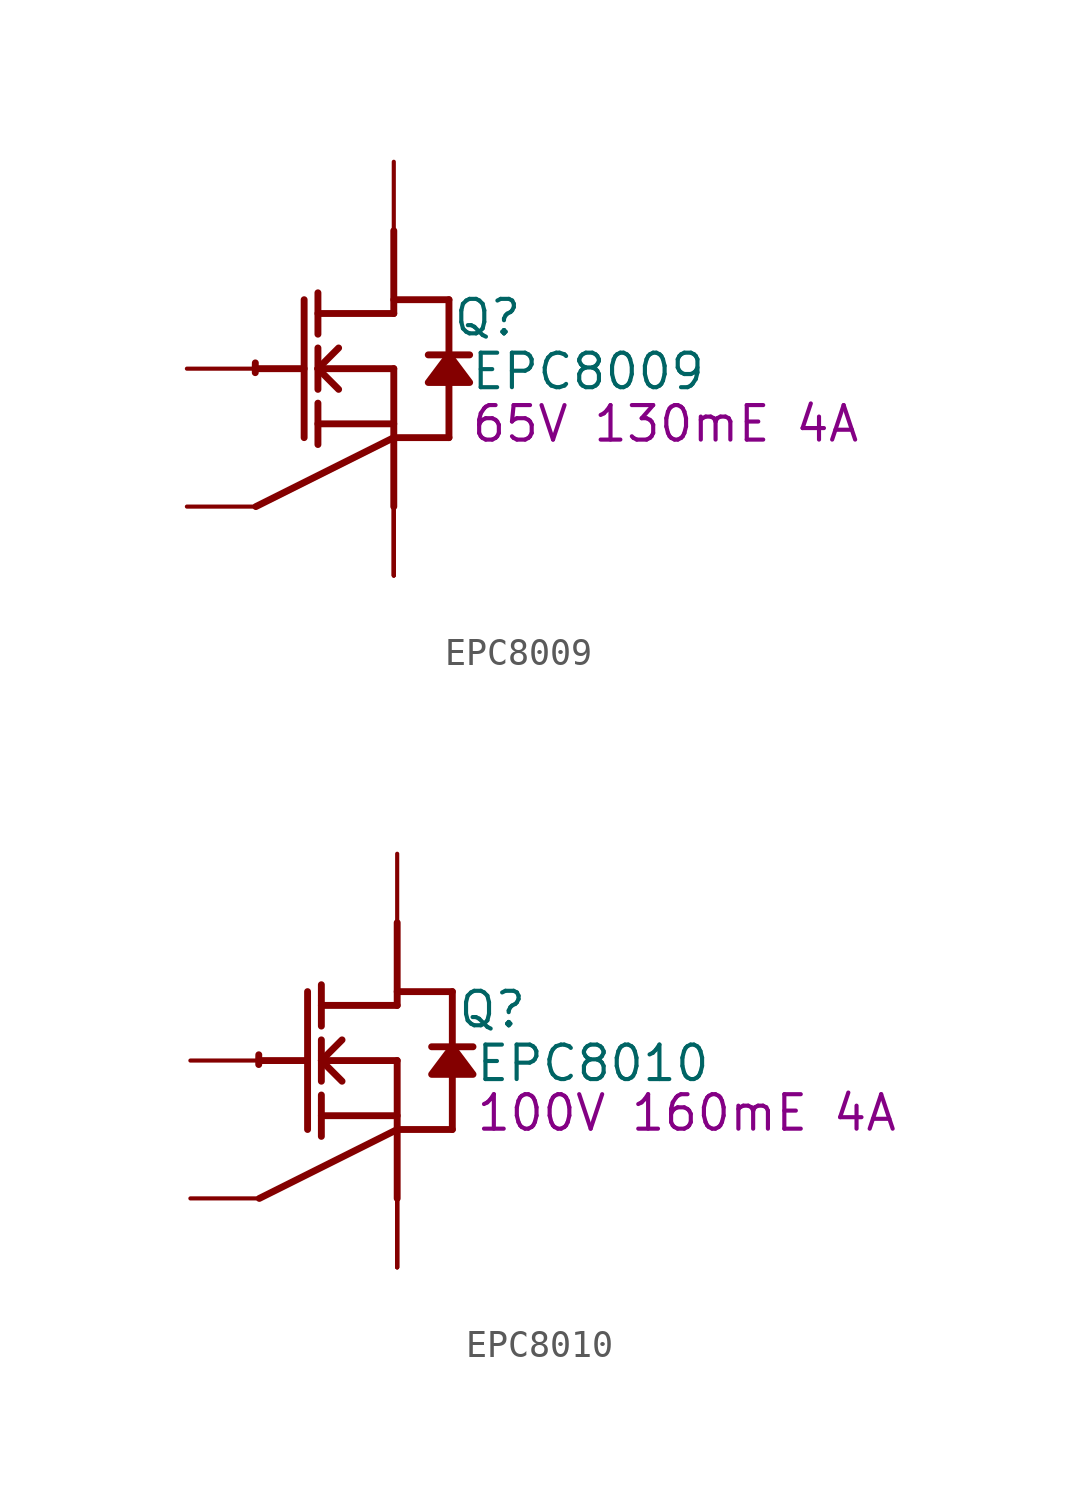
<source format=kicad_sym>
(kicad_symbol_lib
  (version 20231120)
  (generator "kicad_symbol_editor")
  (generator_version "8.0")
  (symbol "EPC8009"
    (property "Reference" "Q"
      (at 3.454 1.88 0)
      (effects (font (size 1.27 1.27))))
    (property "Value" "EPC8009"
      (at 7.163 -0.102 0)
      (effects (font (size 1.27 1.27))))
    (property "Description" "65V 130mE 4A"
      (at 10.008 -2.032 0)
      (effects (font (size 1.27 1.27))))
    (symbol "EPC8009_1_0"
      (arc (start -5.0996 0.2128) (mid -5.1039 0.0331) (end -5.1019 -0.1467) (stroke (width 0.254) (type solid)) (fill (type none)))
      (polyline (pts (xy -5.08 0) (xy -3.302 0)) (stroke (width 0.254) (type solid)) (fill (type none)))
      (polyline (pts (xy -3.302 2.54) (xy -3.302 -2.54)) (stroke (width 0.254) (type solid)) (fill (type none)))
      (polyline (pts (xy -2.794 -2.794) (xy -2.794 -1.27)) (stroke (width 0.254) (type solid)) (fill (type none)))
      (polyline (pts (xy -2.794 -2.032) (xy 0 -2.032)) (stroke (width 0.254) (type solid)) (fill (type none)))
      (polyline (pts (xy -2.794 -0.762) (xy -2.794 0.762)) (stroke (width 0.254) (type solid)) (fill (type none)))
      (polyline (pts (xy -2.794 0) (xy -2.032 0.762)) (stroke (width 0.254) (type solid)) (fill (type none)))
      (polyline (pts (xy -2.794 0) (xy 0 0)) (stroke (width 0.254) (type solid)) (fill (type none)))
      (polyline (pts (xy -2.794 1.27) (xy -2.794 2.794)) (stroke (width 0.254) (type solid)) (fill (type none)))
      (polyline (pts (xy -2.032 -0.762) (xy -2.794 0)) (stroke (width 0.254) (type solid)) (fill (type none)))
      (polyline (pts (xy 0 -2.54) (xy -5.08 -5.08)) (stroke (width 0.254) (type solid)) (fill (type none)))
      (polyline (pts (xy 0 -2.54) (xy 2.032 -2.54)) (stroke (width 0.254) (type solid)) (fill (type none)))
      (polyline (pts (xy 0 0) (xy 0 -5.08)) (stroke (width 0.254) (type solid)) (fill (type none)))
      (polyline (pts (xy 0 2.032) (xy -2.794 2.032)) (stroke (width 0.254) (type solid)) (fill (type none)))
      (polyline (pts (xy 0 2.032) (xy 0 5.08)) (stroke (width 0.254) (type solid)) (fill (type none)))
      (polyline (pts (xy 0 2.54) (xy 2.032 2.54)) (stroke (width 0.254) (type solid)) (fill (type none)))
      (polyline (pts (xy 2.032 -0.508) (xy 2.032 -2.54)) (stroke (width 0.254) (type solid)) (fill (type none)))
      (polyline (pts (xy 2.032 2.54) (xy 2.032 0.508)) (stroke (width 0.254) (type solid)) (fill (type none)))
      (polyline (pts (xy 2.794 0.508) (xy 1.27 0.508)) (stroke (width 0.254) (type solid)) (fill (type none)))
      (polyline (pts (xy 2.032 0.508) (xy 1.27 -0.508) (xy 2.794 -0.508) (xy 2.032 0.508)) (stroke (width 0.254) (type solid)) (fill (type outline)))
      (pin passive line (at -7.62 0 0) (length 2.54) (name "G" (effects (font (size 0 0)))) (number "1" (effects (font (size 0 0)))))
      (pin open_emitter line (at -7.62 -5.08 0) (length 2.54) (name "SG" (effects (font (size 0 0)))) (number "2" (effects (font (size 0 0)))))
      (pin open_emitter line (at 0 -7.62 90) (length 2.54) (name "SP1" (effects (font (size 0 0)))) (number "3" (effects (font (size 0 0)))))
      (pin open_collector line (at 0 7.62 270) (length 2.54) (name "D" (effects (font (size 0 0)))) (number "4" (effects (font (size 0 0)))))
      (pin open_emitter line (at 0 -7.62 90) (length 2.54) (name "SP2" (effects (font (size 0 0)))) (number "5" (effects (font (size 0 0)))))
      (pin open_emitter line (at 0 -7.62 90) (length 2.54) (name "Sub" (effects (font (size 0 0)))) (number "6" (effects (font (size 0 0)))))))
  (symbol "EPC8010"
    (property "Reference" "Q"
      (at 3.505 1.88 0)
      (effects (font (size 1.27 1.27))))
    (property "Value" "EPC8010"
      (at 7.214 -0.102 0)
      (effects (font (size 1.27 1.27))))
    (property "Description" "100V 160mE 4A"
      (at 10.668 -1.93 0)
      (effects (font (size 1.27 1.27))))
    (symbol "EPC8010_1_0"
      (arc (start -5.0996 0.2128) (mid -5.1039 0.0331) (end -5.1019 -0.1467) (stroke (width 0.254) (type solid)) (fill (type none)))
      (polyline (pts (xy -5.08 0) (xy -3.302 0)) (stroke (width 0.254) (type solid)) (fill (type none)))
      (polyline (pts (xy -3.302 2.54) (xy -3.302 -2.54)) (stroke (width 0.254) (type solid)) (fill (type none)))
      (polyline (pts (xy -2.794 -2.794) (xy -2.794 -1.27)) (stroke (width 0.254) (type solid)) (fill (type none)))
      (polyline (pts (xy -2.794 -2.032) (xy 0 -2.032)) (stroke (width 0.254) (type solid)) (fill (type none)))
      (polyline (pts (xy -2.794 -0.762) (xy -2.794 0.762)) (stroke (width 0.254) (type solid)) (fill (type none)))
      (polyline (pts (xy -2.794 0) (xy -2.032 0.762)) (stroke (width 0.254) (type solid)) (fill (type none)))
      (polyline (pts (xy -2.794 0) (xy 0 0)) (stroke (width 0.254) (type solid)) (fill (type none)))
      (polyline (pts (xy -2.794 1.27) (xy -2.794 2.794)) (stroke (width 0.254) (type solid)) (fill (type none)))
      (polyline (pts (xy -2.032 -0.762) (xy -2.794 0)) (stroke (width 0.254) (type solid)) (fill (type none)))
      (polyline (pts (xy 0 -2.54) (xy -5.08 -5.08)) (stroke (width 0.254) (type solid)) (fill (type none)))
      (polyline (pts (xy 0 -2.54) (xy 2.032 -2.54)) (stroke (width 0.254) (type solid)) (fill (type none)))
      (polyline (pts (xy 0 0) (xy 0 -5.08)) (stroke (width 0.254) (type solid)) (fill (type none)))
      (polyline (pts (xy 0 2.032) (xy -2.794 2.032)) (stroke (width 0.254) (type solid)) (fill (type none)))
      (polyline (pts (xy 0 2.032) (xy 0 5.08)) (stroke (width 0.254) (type solid)) (fill (type none)))
      (polyline (pts (xy 0 2.54) (xy 2.032 2.54)) (stroke (width 0.254) (type solid)) (fill (type none)))
      (polyline (pts (xy 2.032 -0.508) (xy 2.032 -2.54)) (stroke (width 0.254) (type solid)) (fill (type none)))
      (polyline (pts (xy 2.032 2.54) (xy 2.032 0.508)) (stroke (width 0.254) (type solid)) (fill (type none)))
      (polyline (pts (xy 2.794 0.508) (xy 1.27 0.508)) (stroke (width 0.254) (type solid)) (fill (type none)))
      (polyline (pts (xy 2.032 0.508) (xy 1.27 -0.508) (xy 2.794 -0.508) (xy 2.032 0.508)) (stroke (width 0.254) (type solid)) (fill (type outline)))
      (pin passive line (at -7.62 0 0) (length 2.54) (name "G" (effects (font (size 0 0)))) (number "1" (effects (font (size 0 0)))))
      (pin open_emitter line (at -7.62 -5.08 0) (length 2.54) (name "SG" (effects (font (size 0 0)))) (number "2" (effects (font (size 0 0)))))
      (pin open_emitter line (at 0 -7.62 90) (length 2.54) (name "SP1" (effects (font (size 0 0)))) (number "3" (effects (font (size 0 0)))))
      (pin open_collector line (at 0 7.62 270) (length 2.54) (name "D" (effects (font (size 0 0)))) (number "4" (effects (font (size 0 0)))))
      (pin open_emitter line (at 0 -7.62 90) (length 2.54) (name "SP2" (effects (font (size 0 0)))) (number "5" (effects (font (size 0 0)))))
      (pin open_emitter line (at 0 -7.62 90) (length 2.54) (name "Sub" (effects (font (size 0 0)))) (number "6" (effects (font (size 0 0))))))))
</source>
